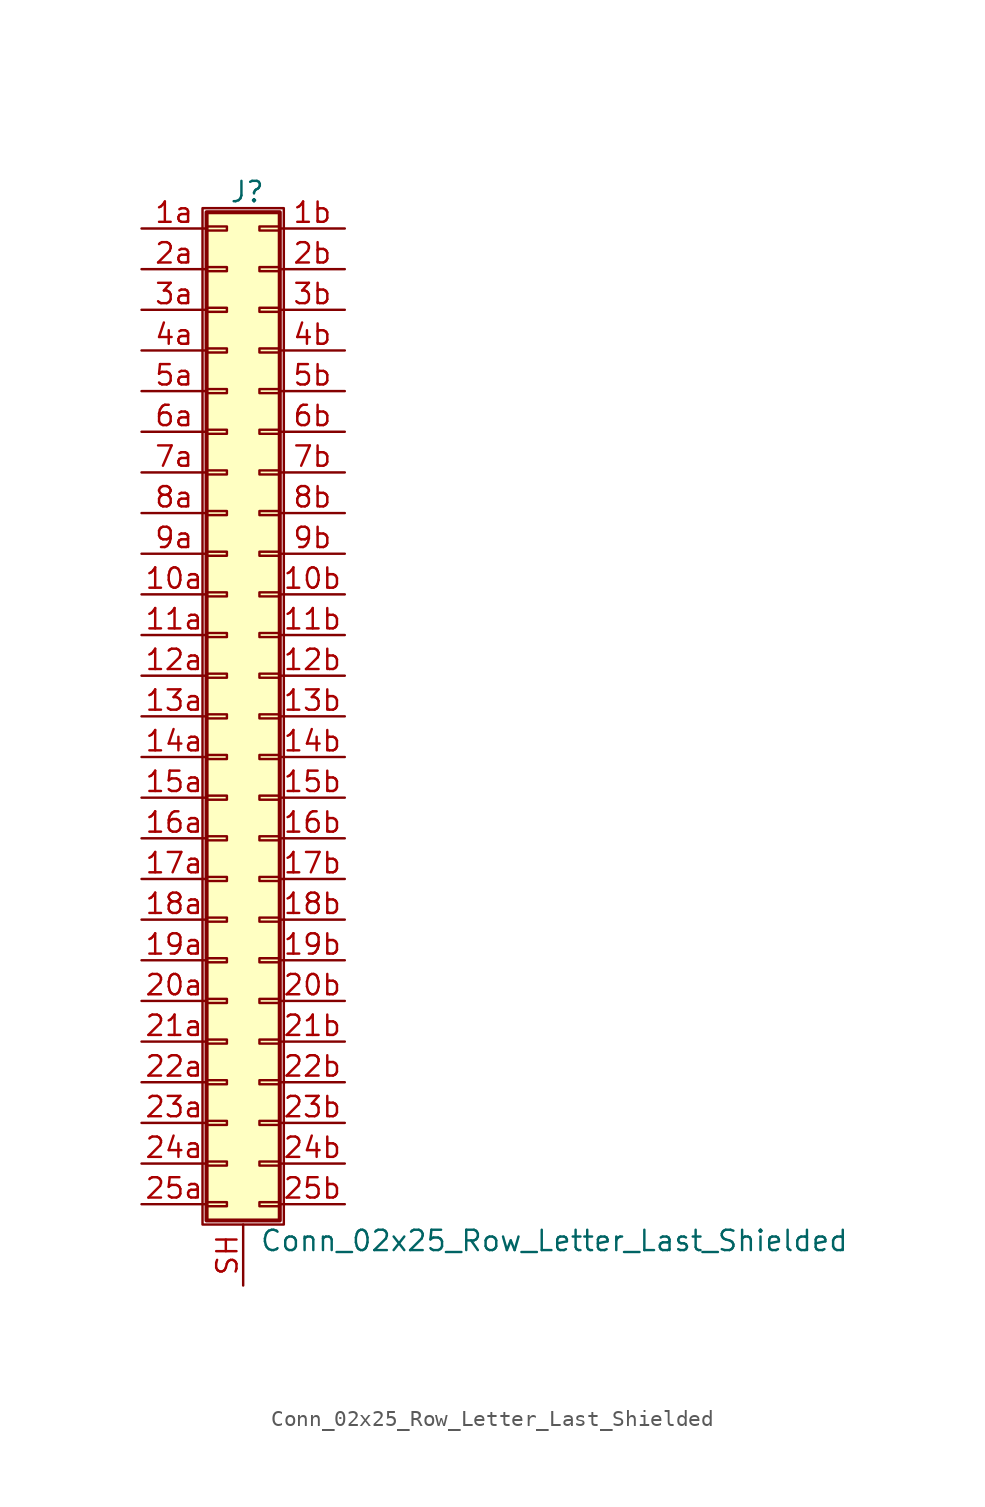
<source format=kicad_sym>
(kicad_symbol_lib
  (version 20201005)
  (generator kicad_symbol_editor)
  (symbol "Connector_Generic_Shielded:Conn_02x25_Row_Letter_Last_Shielded"
    (pin_names
      (offset 1.016) hide)
    (property "Reference" "J"
      (at 1.524 32.766 0)
      (effects (font (size 1.27 1.27))))
    (property "Value" "Conn_02x25_Row_Letter_Last_Shielded"
      (at 2.286 -32.766 0)
      (effects (font (size 1.27 1.27)) (justify left)))
    (symbol "Conn_02x25_Row_Letter_Last_Shielded_1_1"
      (rectangle (start -1.016 -27.813) (end 0.254 -28.067) (stroke (width 0.152)) (fill (type none)))
      (rectangle (start -1.016 -30.353) (end 0.254 -30.607) (stroke (width 0.152)) (fill (type none)))
      (rectangle (start -1.016 -4.953) (end 0.254 -5.207) (stroke (width 0.152)) (fill (type none)))
      (rectangle (start -1.016 -7.493) (end 0.254 -7.747) (stroke (width 0.152)) (fill (type none)))
      (rectangle (start -1.016 -10.033) (end 0.254 -10.287) (stroke (width 0.152)) (fill (type none)))
      (rectangle (start -1.016 -12.573) (end 0.254 -12.827) (stroke (width 0.152)) (fill (type none)))
      (rectangle (start -1.016 -15.113) (end 0.254 -15.367) (stroke (width 0.152)) (fill (type none)))
      (rectangle (start -1.016 -17.653) (end 0.254 -17.907) (stroke (width 0.152)) (fill (type none)))
      (rectangle (start -1.016 -20.193) (end 0.254 -20.447) (stroke (width 0.152)) (fill (type none)))
      (rectangle (start -1.016 -22.733) (end 0.254 -22.987) (stroke (width 0.152)) (fill (type none)))
      (rectangle (start -1.016 -2.413) (end 0.254 -2.667) (stroke (width 0.152)) (fill (type none)))
      (rectangle (start -1.016 -25.273) (end 0.254 -25.527) (stroke (width 0.152)) (fill (type none)))
      (rectangle (start -1.016 25.527) (end 0.254 25.273) (stroke (width 0.152)) (fill (type none)))
      (rectangle (start -1.016 2.667) (end 0.254 2.413) (stroke (width 0.152)) (fill (type none)))
      (rectangle (start -1.016 28.067) (end 0.254 27.813) (stroke (width 0.152)) (fill (type none)))
      (rectangle (start -1.016 30.607) (end 0.254 30.353) (stroke (width 0.152)) (fill (type none)))
      (rectangle (start -1.016 31.496) (end 3.556 -31.496) (stroke (width 0.254)) (fill (type background)))
      (rectangle (start -1.016 5.207) (end 0.254 4.953) (stroke (width 0.152)) (fill (type none)))
      (rectangle (start -1.016 7.747) (end 0.254 7.493) (stroke (width 0.152)) (fill (type none)))
      (rectangle (start -1.016 10.287) (end 0.254 10.033) (stroke (width 0.152)) (fill (type none)))
      (rectangle (start -1.016 0.127) (end 0.254 -0.127) (stroke (width 0.152)) (fill (type none)))
      (rectangle (start -1.016 12.827) (end 0.254 12.573) (stroke (width 0.152)) (fill (type none)))
      (rectangle (start -1.016 15.367) (end 0.254 15.113) (stroke (width 0.152)) (fill (type none)))
      (rectangle (start -1.016 17.907) (end 0.254 17.653) (stroke (width 0.152)) (fill (type none)))
      (rectangle (start -1.016 20.447) (end 0.254 20.193) (stroke (width 0.152)) (fill (type none)))
      (rectangle (start -1.016 22.987) (end 0.254 22.733) (stroke (width 0.152)) (fill (type none)))
      (rectangle (start -1.27 31.75) (end 3.81 -31.75) (stroke (width 0.152)) (fill (type none)))
      (rectangle (start 3.556 -27.813) (end 2.286 -28.067) (stroke (width 0.152)) (fill (type none)))
      (rectangle (start 3.556 -30.353) (end 2.286 -30.607) (stroke (width 0.152)) (fill (type none)))
      (rectangle (start 3.556 -4.953) (end 2.286 -5.207) (stroke (width 0.152)) (fill (type none)))
      (rectangle (start 3.556 -7.493) (end 2.286 -7.747) (stroke (width 0.152)) (fill (type none)))
      (rectangle (start 3.556 -10.033) (end 2.286 -10.287) (stroke (width 0.152)) (fill (type none)))
      (rectangle (start 3.556 -12.573) (end 2.286 -12.827) (stroke (width 0.152)) (fill (type none)))
      (rectangle (start 3.556 -15.113) (end 2.286 -15.367) (stroke (width 0.152)) (fill (type none)))
      (rectangle (start 3.556 -17.653) (end 2.286 -17.907) (stroke (width 0.152)) (fill (type none)))
      (rectangle (start 3.556 -20.193) (end 2.286 -20.447) (stroke (width 0.152)) (fill (type none)))
      (rectangle (start 3.556 -22.733) (end 2.286 -22.987) (stroke (width 0.152)) (fill (type none)))
      (rectangle (start 3.556 -2.413) (end 2.286 -2.667) (stroke (width 0.152)) (fill (type none)))
      (rectangle (start 3.556 -25.273) (end 2.286 -25.527) (stroke (width 0.152)) (fill (type none)))
      (rectangle (start 3.556 25.527) (end 2.286 25.273) (stroke (width 0.152)) (fill (type none)))
      (rectangle (start 3.556 2.667) (end 2.286 2.413) (stroke (width 0.152)) (fill (type none)))
      (rectangle (start 3.556 28.067) (end 2.286 27.813) (stroke (width 0.152)) (fill (type none)))
      (rectangle (start 3.556 30.607) (end 2.286 30.353) (stroke (width 0.152)) (fill (type none)))
      (rectangle (start 3.556 5.207) (end 2.286 4.953) (stroke (width 0.152)) (fill (type none)))
      (rectangle (start 3.556 7.747) (end 2.286 7.493) (stroke (width 0.152)) (fill (type none)))
      (rectangle (start 3.556 10.287) (end 2.286 10.033) (stroke (width 0.152)) (fill (type none)))
      (rectangle (start 3.556 0.127) (end 2.286 -0.127) (stroke (width 0.152)) (fill (type none)))
      (rectangle (start 3.556 12.827) (end 2.286 12.573) (stroke (width 0.152)) (fill (type none)))
      (rectangle (start 3.556 15.367) (end 2.286 15.113) (stroke (width 0.152)) (fill (type none)))
      (rectangle (start 3.556 17.907) (end 2.286 17.653) (stroke (width 0.152)) (fill (type none)))
      (rectangle (start 3.556 20.447) (end 2.286 20.193) (stroke (width 0.152)) (fill (type none)))
      (rectangle (start 3.556 22.987) (end 2.286 22.733) (stroke (width 0.152)) (fill (type none)))
      (pin passive line (at -5.08 7.62 0) (length 4.064) (name "Pin_10a" (effects (font (size 1.27 1.27)))) (number "10a" (effects (font (size 1.27 1.27)))))
      (pin passive line (at 7.62 7.62 180) (length 4.064) (name "Pin_10b" (effects (font (size 1.27 1.27)))) (number "10b" (effects (font (size 1.27 1.27)))))
      (pin passive line (at -5.08 5.08 0) (length 4.064) (name "Pin_11a" (effects (font (size 1.27 1.27)))) (number "11a" (effects (font (size 1.27 1.27)))))
      (pin passive line (at 7.62 5.08 180) (length 4.064) (name "Pin_11b" (effects (font (size 1.27 1.27)))) (number "11b" (effects (font (size 1.27 1.27)))))
      (pin passive line (at -5.08 2.54 0) (length 4.064) (name "Pin_12a" (effects (font (size 1.27 1.27)))) (number "12a" (effects (font (size 1.27 1.27)))))
      (pin passive line (at 7.62 2.54 180) (length 4.064) (name "Pin_12b" (effects (font (size 1.27 1.27)))) (number "12b" (effects (font (size 1.27 1.27)))))
      (pin passive line (at -5.08 0 0) (length 4.064) (name "Pin_13a" (effects (font (size 1.27 1.27)))) (number "13a" (effects (font (size 1.27 1.27)))))
      (pin passive line (at 7.62 0 180) (length 4.064) (name "Pin_13b" (effects (font (size 1.27 1.27)))) (number "13b" (effects (font (size 1.27 1.27)))))
      (pin passive line (at -5.08 -2.54 0) (length 4.064) (name "Pin_14a" (effects (font (size 1.27 1.27)))) (number "14a" (effects (font (size 1.27 1.27)))))
      (pin passive line (at 7.62 -2.54 180) (length 4.064) (name "Pin_14b" (effects (font (size 1.27 1.27)))) (number "14b" (effects (font (size 1.27 1.27)))))
      (pin passive line (at -5.08 -5.08 0) (length 4.064) (name "Pin_15a" (effects (font (size 1.27 1.27)))) (number "15a" (effects (font (size 1.27 1.27)))))
      (pin passive line (at 7.62 -5.08 180) (length 4.064) (name "Pin_15b" (effects (font (size 1.27 1.27)))) (number "15b" (effects (font (size 1.27 1.27)))))
      (pin passive line (at -5.08 -7.62 0) (length 4.064) (name "Pin_16a" (effects (font (size 1.27 1.27)))) (number "16a" (effects (font (size 1.27 1.27)))))
      (pin passive line (at 7.62 -7.62 180) (length 4.064) (name "Pin_16b" (effects (font (size 1.27 1.27)))) (number "16b" (effects (font (size 1.27 1.27)))))
      (pin passive line (at -5.08 -10.16 0) (length 4.064) (name "Pin_17a" (effects (font (size 1.27 1.27)))) (number "17a" (effects (font (size 1.27 1.27)))))
      (pin passive line (at 7.62 -10.16 180) (length 4.064) (name "Pin_17b" (effects (font (size 1.27 1.27)))) (number "17b" (effects (font (size 1.27 1.27)))))
      (pin passive line (at -5.08 -12.7 0) (length 4.064) (name "Pin_18a" (effects (font (size 1.27 1.27)))) (number "18a" (effects (font (size 1.27 1.27)))))
      (pin passive line (at 7.62 -12.7 180) (length 4.064) (name "Pin_18b" (effects (font (size 1.27 1.27)))) (number "18b" (effects (font (size 1.27 1.27)))))
      (pin passive line (at -5.08 -15.24 0) (length 4.064) (name "Pin_19a" (effects (font (size 1.27 1.27)))) (number "19a" (effects (font (size 1.27 1.27)))))
      (pin passive line (at 7.62 -15.24 180) (length 4.064) (name "Pin_19b" (effects (font (size 1.27 1.27)))) (number "19b" (effects (font (size 1.27 1.27)))))
      (pin passive line (at -5.08 30.48 0) (length 4.064) (name "Pin_1a" (effects (font (size 1.27 1.27)))) (number "1a" (effects (font (size 1.27 1.27)))))
      (pin passive line (at 7.62 30.48 180) (length 4.064) (name "Pin_1b" (effects (font (size 1.27 1.27)))) (number "1b" (effects (font (size 1.27 1.27)))))
      (pin passive line (at -5.08 -17.78 0) (length 4.064) (name "Pin_20a" (effects (font (size 1.27 1.27)))) (number "20a" (effects (font (size 1.27 1.27)))))
      (pin passive line (at 7.62 -17.78 180) (length 4.064) (name "Pin_20b" (effects (font (size 1.27 1.27)))) (number "20b" (effects (font (size 1.27 1.27)))))
      (pin passive line (at -5.08 -20.32 0) (length 4.064) (name "Pin_21a" (effects (font (size 1.27 1.27)))) (number "21a" (effects (font (size 1.27 1.27)))))
      (pin passive line (at 7.62 -20.32 180) (length 4.064) (name "Pin_21b" (effects (font (size 1.27 1.27)))) (number "21b" (effects (font (size 1.27 1.27)))))
      (pin passive line (at -5.08 -22.86 0) (length 4.064) (name "Pin_22a" (effects (font (size 1.27 1.27)))) (number "22a" (effects (font (size 1.27 1.27)))))
      (pin passive line (at 7.62 -22.86 180) (length 4.064) (name "Pin_22b" (effects (font (size 1.27 1.27)))) (number "22b" (effects (font (size 1.27 1.27)))))
      (pin passive line (at -5.08 -25.4 0) (length 4.064) (name "Pin_23a" (effects (font (size 1.27 1.27)))) (number "23a" (effects (font (size 1.27 1.27)))))
      (pin passive line (at 7.62 -25.4 180) (length 4.064) (name "Pin_23b" (effects (font (size 1.27 1.27)))) (number "23b" (effects (font (size 1.27 1.27)))))
      (pin passive line (at -5.08 -27.94 0) (length 4.064) (name "Pin_24a" (effects (font (size 1.27 1.27)))) (number "24a" (effects (font (size 1.27 1.27)))))
      (pin passive line (at 7.62 -27.94 180) (length 4.064) (name "Pin_24b" (effects (font (size 1.27 1.27)))) (number "24b" (effects (font (size 1.27 1.27)))))
      (pin passive line (at -5.08 -30.48 0) (length 4.064) (name "Pin_25a" (effects (font (size 1.27 1.27)))) (number "25a" (effects (font (size 1.27 1.27)))))
      (pin passive line (at 7.62 -30.48 180) (length 4.064) (name "Pin_25b" (effects (font (size 1.27 1.27)))) (number "25b" (effects (font (size 1.27 1.27)))))
      (pin passive line (at -5.08 27.94 0) (length 4.064) (name "Pin_2a" (effects (font (size 1.27 1.27)))) (number "2a" (effects (font (size 1.27 1.27)))))
      (pin passive line (at 7.62 27.94 180) (length 4.064) (name "Pin_2b" (effects (font (size 1.27 1.27)))) (number "2b" (effects (font (size 1.27 1.27)))))
      (pin passive line (at -5.08 25.4 0) (length 4.064) (name "Pin_3a" (effects (font (size 1.27 1.27)))) (number "3a" (effects (font (size 1.27 1.27)))))
      (pin passive line (at 7.62 25.4 180) (length 4.064) (name "Pin_3b" (effects (font (size 1.27 1.27)))) (number "3b" (effects (font (size 1.27 1.27)))))
      (pin passive line (at -5.08 22.86 0) (length 4.064) (name "Pin_4a" (effects (font (size 1.27 1.27)))) (number "4a" (effects (font (size 1.27 1.27)))))
      (pin passive line (at 7.62 22.86 180) (length 4.064) (name "Pin_4b" (effects (font (size 1.27 1.27)))) (number "4b" (effects (font (size 1.27 1.27)))))
      (pin passive line (at -5.08 20.32 0) (length 4.064) (name "Pin_5a" (effects (font (size 1.27 1.27)))) (number "5a" (effects (font (size 1.27 1.27)))))
      (pin passive line (at 7.62 20.32 180) (length 4.064) (name "Pin_5b" (effects (font (size 1.27 1.27)))) (number "5b" (effects (font (size 1.27 1.27)))))
      (pin passive line (at -5.08 17.78 0) (length 4.064) (name "Pin_6a" (effects (font (size 1.27 1.27)))) (number "6a" (effects (font (size 1.27 1.27)))))
      (pin passive line (at 7.62 17.78 180) (length 4.064) (name "Pin_6b" (effects (font (size 1.27 1.27)))) (number "6b" (effects (font (size 1.27 1.27)))))
      (pin passive line (at -5.08 15.24 0) (length 4.064) (name "Pin_7a" (effects (font (size 1.27 1.27)))) (number "7a" (effects (font (size 1.27 1.27)))))
      (pin passive line (at 7.62 15.24 180) (length 4.064) (name "Pin_7b" (effects (font (size 1.27 1.27)))) (number "7b" (effects (font (size 1.27 1.27)))))
      (pin passive line (at -5.08 12.7 0) (length 4.064) (name "Pin_8a" (effects (font (size 1.27 1.27)))) (number "8a" (effects (font (size 1.27 1.27)))))
      (pin passive line (at 7.62 12.7 180) (length 4.064) (name "Pin_8b" (effects (font (size 1.27 1.27)))) (number "8b" (effects (font (size 1.27 1.27)))))
      (pin passive line (at -5.08 10.16 0) (length 4.064) (name "Pin_9a" (effects (font (size 1.27 1.27)))) (number "9a" (effects (font (size 1.27 1.27)))))
      (pin passive line (at 7.62 10.16 180) (length 4.064) (name "Pin_9b" (effects (font (size 1.27 1.27)))) (number "9b" (effects (font (size 1.27 1.27)))))
      (pin passive line (at 1.27 -35.56 90) (length 3.81) (name "Shield" (effects (font (size 1.27 1.27)))) (number "SH" (effects (font (size 1.27 1.27))))))))
</source>
